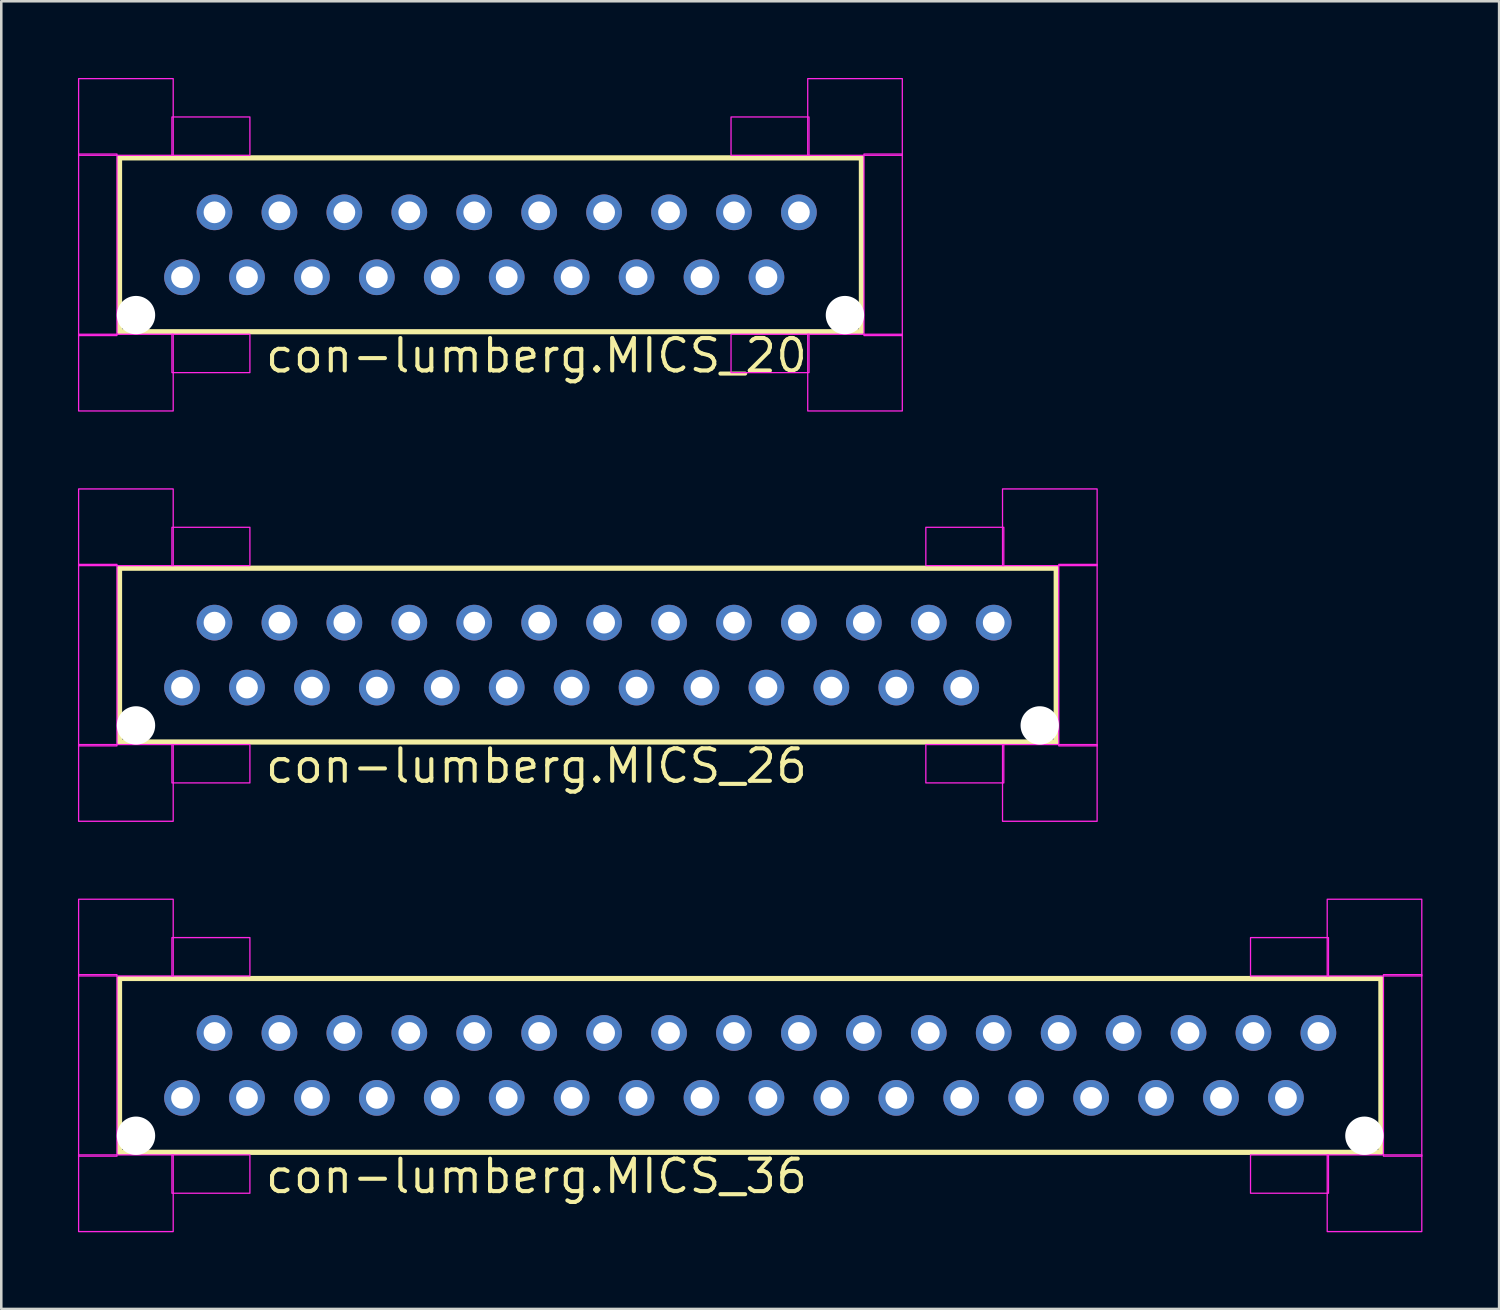
<source format=kicad_pcb>
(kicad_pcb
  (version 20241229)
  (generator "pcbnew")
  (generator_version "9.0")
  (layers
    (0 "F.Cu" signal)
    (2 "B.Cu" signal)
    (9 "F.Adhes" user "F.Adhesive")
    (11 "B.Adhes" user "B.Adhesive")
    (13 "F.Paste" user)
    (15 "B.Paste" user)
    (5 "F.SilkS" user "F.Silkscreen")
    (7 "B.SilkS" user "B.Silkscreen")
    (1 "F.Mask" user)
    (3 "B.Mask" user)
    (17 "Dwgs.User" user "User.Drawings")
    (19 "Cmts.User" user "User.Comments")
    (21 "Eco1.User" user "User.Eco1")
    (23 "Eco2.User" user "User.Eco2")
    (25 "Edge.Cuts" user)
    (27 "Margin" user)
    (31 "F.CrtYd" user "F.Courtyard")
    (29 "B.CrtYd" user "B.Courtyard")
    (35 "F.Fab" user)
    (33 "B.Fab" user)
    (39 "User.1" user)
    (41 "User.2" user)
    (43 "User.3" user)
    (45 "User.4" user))
  (footprint "con-lumberg.MICS_36"
    (layer "F.Cu")
    (at 26.295 38.625)
    (property "Reference" "con-lumberg.MICS_36" (at -19.05 5.08 0) (layer "F.SilkS") (effects (font (size 1.27 1.27) (thickness 0.16)) (justify left bottom)))
    (attr through_hole)
    (fp_line (start -24.67 -3.4) (end 24.67 -3.4) (stroke (width 0.203) (type default)) (layer "F.SilkS"))
    (fp_line (start -24.67 3.4) (end -24.67 -3.4) (stroke (width 0.203) (type default)) (layer "F.SilkS"))
    (fp_line (start 24.67 -3.4) (end 24.67 3.4) (stroke (width 0.203) (type default)) (layer "F.SilkS"))
    (fp_line (start 24.67 3.4) (end -24.67 3.4) (stroke (width 0.203) (type default)) (layer "F.SilkS"))
    (fp_rect (start -26.27 -3.5) (end -22.57 -6.5) (stroke (width 0.05) (type default)) (fill no) (layer "F.CrtYd"))
    (fp_rect (start -26.27 3.55) (end -24.77 -3.55) (stroke (width 0.05) (type default)) (fill no) (layer "F.CrtYd"))
    (fp_rect (start -26.27 6.5) (end -22.57 3.5) (stroke (width 0.05) (type default)) (fill no) (layer "F.CrtYd"))
    (fp_rect (start -22.62 -3.5) (end -19.57 -5) (stroke (width 0.05) (type default)) (fill no) (layer "F.CrtYd"))
    (fp_rect (start -22.62 5) (end -19.57 3.5) (stroke (width 0.05) (type default)) (fill no) (layer "F.CrtYd"))
    (fp_rect (start 19.57 -3.5) (end 22.62 -5) (stroke (width 0.05) (type default)) (fill no) (layer "F.CrtYd"))
    (fp_rect (start 19.57 5) (end 22.62 3.5) (stroke (width 0.05) (type default)) (fill no) (layer "F.CrtYd"))
    (fp_rect (start 22.57 -3.5) (end 26.27 -6.5) (stroke (width 0.05) (type default)) (fill no) (layer "F.CrtYd"))
    (fp_rect (start 22.57 6.5) (end 26.27 3.5) (stroke (width 0.05) (type default)) (fill no) (layer "F.CrtYd"))
    (fp_rect (start 24.77 3.55) (end 26.27 -3.55) (stroke (width 0.05) (type default)) (fill no) (layer "F.CrtYd"))
    (pad "" np_thru_hole circle (at -24.025 2.75) (size 1.5 1.5) (drill 1.5) (layers "*.Cu" "*.Mask"))
    (pad "" np_thru_hole circle (at 24.025 2.75) (size 1.5 1.5) (drill 1.5) (layers "*.Cu" "*.Mask"))
    (pad "1" thru_hole circle (at -22.225 1.27) (size 1.397 1.397) (drill 0.85) (layers "*.Cu" "*.Mask"))
    (pad "2" thru_hole circle (at -20.955 -1.27) (size 1.397 1.397) (drill 0.85) (layers "*.Cu" "*.Mask"))
    (pad "3" thru_hole circle (at -19.685 1.27) (size 1.397 1.397) (drill 0.85) (layers "*.Cu" "*.Mask"))
    (pad "4" thru_hole circle (at -18.415 -1.27) (size 1.397 1.397) (drill 0.85) (layers "*.Cu" "*.Mask"))
    (pad "5" thru_hole circle (at -17.145 1.27) (size 1.397 1.397) (drill 0.85) (layers "*.Cu" "*.Mask"))
    (pad "6" thru_hole circle (at -15.875 -1.27) (size 1.397 1.397) (drill 0.85) (layers "*.Cu" "*.Mask"))
    (pad "7" thru_hole circle (at -14.605 1.27) (size 1.397 1.397) (drill 0.85) (layers "*.Cu" "*.Mask"))
    (pad "8" thru_hole circle (at -13.335 -1.27) (size 1.397 1.397) (drill 0.85) (layers "*.Cu" "*.Mask"))
    (pad "9" thru_hole circle (at -12.065 1.27) (size 1.397 1.397) (drill 0.85) (layers "*.Cu" "*.Mask"))
    (pad "10" thru_hole circle (at -10.795 -1.27) (size 1.397 1.397) (drill 0.85) (layers "*.Cu" "*.Mask"))
    (pad "11" thru_hole circle (at -9.525 1.27) (size 1.397 1.397) (drill 0.85) (layers "*.Cu" "*.Mask"))
    (pad "12" thru_hole circle (at -8.255 -1.27) (size 1.397 1.397) (drill 0.85) (layers "*.Cu" "*.Mask"))
    (pad "13" thru_hole circle (at -6.985 1.27) (size 1.397 1.397) (drill 0.85) (layers "*.Cu" "*.Mask"))
    (pad "14" thru_hole circle (at -5.715 -1.27) (size 1.397 1.397) (drill 0.85) (layers "*.Cu" "*.Mask"))
    (pad "15" thru_hole circle (at -4.445 1.27) (size 1.397 1.397) (drill 0.85) (layers "*.Cu" "*.Mask"))
    (pad "16" thru_hole circle (at -3.175 -1.27) (size 1.397 1.397) (drill 0.85) (layers "*.Cu" "*.Mask"))
    (pad "17" thru_hole circle (at -1.905 1.27) (size 1.397 1.397) (drill 0.85) (layers "*.Cu" "*.Mask"))
    (pad "18" thru_hole circle (at -0.635 -1.27) (size 1.397 1.397) (drill 0.85) (layers "*.Cu" "*.Mask"))
    (pad "19" thru_hole circle (at 0.635 1.27) (size 1.397 1.397) (drill 0.85) (layers "*.Cu" "*.Mask"))
    (pad "20" thru_hole circle (at 1.905 -1.27) (size 1.397 1.397) (drill 0.85) (layers "*.Cu" "*.Mask"))
    (pad "21" thru_hole circle (at 3.175 1.27) (size 1.397 1.397) (drill 0.85) (layers "*.Cu" "*.Mask"))
    (pad "22" thru_hole circle (at 4.445 -1.27) (size 1.397 1.397) (drill 0.85) (layers "*.Cu" "*.Mask"))
    (pad "23" thru_hole circle (at 5.715 1.27) (size 1.397 1.397) (drill 0.85) (layers "*.Cu" "*.Mask"))
    (pad "24" thru_hole circle (at 6.985 -1.27) (size 1.397 1.397) (drill 0.85) (layers "*.Cu" "*.Mask"))
    (pad "25" thru_hole circle (at 8.255 1.27) (size 1.397 1.397) (drill 0.85) (layers "*.Cu" "*.Mask"))
    (pad "26" thru_hole circle (at 9.525 -1.27) (size 1.397 1.397) (drill 0.85) (layers "*.Cu" "*.Mask"))
    (pad "27" thru_hole circle (at 10.795 1.27) (size 1.397 1.397) (drill 0.85) (layers "*.Cu" "*.Mask"))
    (pad "28" thru_hole circle (at 12.065 -1.27) (size 1.397 1.397) (drill 0.85) (layers "*.Cu" "*.Mask"))
    (pad "29" thru_hole circle (at 13.335 1.27) (size 1.397 1.397) (drill 0.85) (layers "*.Cu" "*.Mask"))
    (pad "30" thru_hole circle (at 14.605 -1.27) (size 1.397 1.397) (drill 0.85) (layers "*.Cu" "*.Mask"))
    (pad "31" thru_hole circle (at 15.875 1.27) (size 1.397 1.397) (drill 0.85) (layers "*.Cu" "*.Mask"))
    (pad "32" thru_hole circle (at 17.145 -1.27) (size 1.397 1.397) (drill 0.85) (layers "*.Cu" "*.Mask"))
    (pad "33" thru_hole circle (at 18.415 1.27) (size 1.397 1.397) (drill 0.85) (layers "*.Cu" "*.Mask"))
    (pad "34" thru_hole circle (at 19.685 -1.27) (size 1.397 1.397) (drill 0.85) (layers "*.Cu" "*.Mask"))
    (pad "35" thru_hole circle (at 20.955 1.27) (size 1.397 1.397) (drill 0.85) (layers "*.Cu" "*.Mask"))
    (pad "36" thru_hole circle (at 22.225 -1.27) (size 1.397 1.397) (drill 0.85) (layers "*.Cu" "*.Mask")))
  (footprint "con-lumberg.MICS_26"
    (layer "F.Cu")
    (at 19.945 22.575)
    (property "Reference" "con-lumberg.MICS_26" (at -12.7 5.08 0) (layer "F.SilkS") (effects (font (size 1.27 1.27) (thickness 0.16)) (justify left bottom)))
    (attr through_hole)
    (fp_line (start -18.32 -3.4) (end 18.32 -3.4) (stroke (width 0.203) (type default)) (layer "F.SilkS"))
    (fp_line (start -18.32 3.4) (end -18.32 -3.4) (stroke (width 0.203) (type default)) (layer "F.SilkS"))
    (fp_line (start 18.32 -3.4) (end 18.32 3.4) (stroke (width 0.203) (type default)) (layer "F.SilkS"))
    (fp_line (start 18.32 3.4) (end -18.32 3.4) (stroke (width 0.203) (type default)) (layer "F.SilkS"))
    (fp_rect (start -19.92 -3.5) (end -16.22 -6.5) (stroke (width 0.05) (type default)) (fill no) (layer "F.CrtYd"))
    (fp_rect (start -19.92 3.55) (end -18.42 -3.55) (stroke (width 0.05) (type default)) (fill no) (layer "F.CrtYd"))
    (fp_rect (start -19.92 6.5) (end -16.22 3.5) (stroke (width 0.05) (type default)) (fill no) (layer "F.CrtYd"))
    (fp_rect (start -16.27 -3.5) (end -13.22 -5) (stroke (width 0.05) (type default)) (fill no) (layer "F.CrtYd"))
    (fp_rect (start -16.27 5) (end -13.22 3.5) (stroke (width 0.05) (type default)) (fill no) (layer "F.CrtYd"))
    (fp_rect (start 13.22 -3.5) (end 16.27 -5) (stroke (width 0.05) (type default)) (fill no) (layer "F.CrtYd"))
    (fp_rect (start 13.22 5) (end 16.27 3.5) (stroke (width 0.05) (type default)) (fill no) (layer "F.CrtYd"))
    (fp_rect (start 16.22 -3.5) (end 19.92 -6.5) (stroke (width 0.05) (type default)) (fill no) (layer "F.CrtYd"))
    (fp_rect (start 16.22 6.5) (end 19.92 3.5) (stroke (width 0.05) (type default)) (fill no) (layer "F.CrtYd"))
    (fp_rect (start 18.42 3.55) (end 19.92 -3.55) (stroke (width 0.05) (type default)) (fill no) (layer "F.CrtYd"))
    (pad "" np_thru_hole circle (at -17.675 2.75) (size 1.5 1.5) (drill 1.5) (layers "*.Cu" "*.Mask"))
    (pad "" np_thru_hole circle (at 17.675 2.75) (size 1.5 1.5) (drill 1.5) (layers "*.Cu" "*.Mask"))
    (pad "1" thru_hole circle (at -15.875 1.27) (size 1.397 1.397) (drill 0.85) (layers "*.Cu" "*.Mask"))
    (pad "2" thru_hole circle (at -14.605 -1.27) (size 1.397 1.397) (drill 0.85) (layers "*.Cu" "*.Mask"))
    (pad "3" thru_hole circle (at -13.335 1.27) (size 1.397 1.397) (drill 0.85) (layers "*.Cu" "*.Mask"))
    (pad "4" thru_hole circle (at -12.065 -1.27) (size 1.397 1.397) (drill 0.85) (layers "*.Cu" "*.Mask"))
    (pad "5" thru_hole circle (at -10.795 1.27) (size 1.397 1.397) (drill 0.85) (layers "*.Cu" "*.Mask"))
    (pad "6" thru_hole circle (at -9.525 -1.27) (size 1.397 1.397) (drill 0.85) (layers "*.Cu" "*.Mask"))
    (pad "7" thru_hole circle (at -8.255 1.27) (size 1.397 1.397) (drill 0.85) (layers "*.Cu" "*.Mask"))
    (pad "8" thru_hole circle (at -6.985 -1.27) (size 1.397 1.397) (drill 0.85) (layers "*.Cu" "*.Mask"))
    (pad "9" thru_hole circle (at -5.715 1.27) (size 1.397 1.397) (drill 0.85) (layers "*.Cu" "*.Mask"))
    (pad "10" thru_hole circle (at -4.445 -1.27) (size 1.397 1.397) (drill 0.85) (layers "*.Cu" "*.Mask"))
    (pad "11" thru_hole circle (at -3.175 1.27) (size 1.397 1.397) (drill 0.85) (layers "*.Cu" "*.Mask"))
    (pad "12" thru_hole circle (at -1.905 -1.27) (size 1.397 1.397) (drill 0.85) (layers "*.Cu" "*.Mask"))
    (pad "13" thru_hole circle (at -0.635 1.27) (size 1.397 1.397) (drill 0.85) (layers "*.Cu" "*.Mask"))
    (pad "14" thru_hole circle (at 0.635 -1.27) (size 1.397 1.397) (drill 0.85) (layers "*.Cu" "*.Mask"))
    (pad "15" thru_hole circle (at 1.905 1.27) (size 1.397 1.397) (drill 0.85) (layers "*.Cu" "*.Mask"))
    (pad "16" thru_hole circle (at 3.175 -1.27) (size 1.397 1.397) (drill 0.85) (layers "*.Cu" "*.Mask"))
    (pad "17" thru_hole circle (at 4.445 1.27) (size 1.397 1.397) (drill 0.85) (layers "*.Cu" "*.Mask"))
    (pad "18" thru_hole circle (at 5.715 -1.27) (size 1.397 1.397) (drill 0.85) (layers "*.Cu" "*.Mask"))
    (pad "19" thru_hole circle (at 6.985 1.27) (size 1.397 1.397) (drill 0.85) (layers "*.Cu" "*.Mask"))
    (pad "20" thru_hole circle (at 8.255 -1.27) (size 1.397 1.397) (drill 0.85) (layers "*.Cu" "*.Mask"))
    (pad "21" thru_hole circle (at 9.525 1.27) (size 1.397 1.397) (drill 0.85) (layers "*.Cu" "*.Mask"))
    (pad "22" thru_hole circle (at 10.795 -1.27) (size 1.397 1.397) (drill 0.85) (layers "*.Cu" "*.Mask"))
    (pad "23" thru_hole circle (at 12.065 1.27) (size 1.397 1.397) (drill 0.85) (layers "*.Cu" "*.Mask"))
    (pad "24" thru_hole circle (at 13.335 -1.27) (size 1.397 1.397) (drill 0.85) (layers "*.Cu" "*.Mask"))
    (pad "25" thru_hole circle (at 14.605 1.27) (size 1.397 1.397) (drill 0.85) (layers "*.Cu" "*.Mask"))
    (pad "26" thru_hole circle (at 15.875 -1.27) (size 1.397 1.397) (drill 0.85) (layers "*.Cu" "*.Mask")))
  (footprint "con-lumberg.MICS_20"
    (layer "F.Cu")
    (at 16.135 6.525)
    (property "Reference" "con-lumberg.MICS_20" (at -8.89 5.08 0) (layer "F.SilkS") (effects (font (size 1.27 1.27) (thickness 0.16)) (justify left bottom)))
    (attr through_hole)
    (fp_line (start -14.51 -3.4) (end 14.51 -3.4) (stroke (width 0.203) (type default)) (layer "F.SilkS"))
    (fp_line (start -14.51 3.4) (end -14.51 -3.4) (stroke (width 0.203) (type default)) (layer "F.SilkS"))
    (fp_line (start 14.51 -3.4) (end 14.51 3.4) (stroke (width 0.203) (type default)) (layer "F.SilkS"))
    (fp_line (start 14.51 3.4) (end -14.51 3.4) (stroke (width 0.203) (type default)) (layer "F.SilkS"))
    (fp_rect (start -16.11 -3.5) (end -12.41 -6.5) (stroke (width 0.05) (type default)) (fill no) (layer "F.CrtYd"))
    (fp_rect (start -16.11 3.55) (end -14.61 -3.55) (stroke (width 0.05) (type default)) (fill no) (layer "F.CrtYd"))
    (fp_rect (start -16.11 6.5) (end -12.41 3.5) (stroke (width 0.05) (type default)) (fill no) (layer "F.CrtYd"))
    (fp_rect (start -12.46 -3.5) (end -9.41 -5) (stroke (width 0.05) (type default)) (fill no) (layer "F.CrtYd"))
    (fp_rect (start -12.46 5) (end -9.41 3.5) (stroke (width 0.05) (type default)) (fill no) (layer "F.CrtYd"))
    (fp_rect (start 9.41 -3.5) (end 12.46 -5) (stroke (width 0.05) (type default)) (fill no) (layer "F.CrtYd"))
    (fp_rect (start 9.41 5) (end 12.46 3.5) (stroke (width 0.05) (type default)) (fill no) (layer "F.CrtYd"))
    (fp_rect (start 12.41 -3.5) (end 16.11 -6.5) (stroke (width 0.05) (type default)) (fill no) (layer "F.CrtYd"))
    (fp_rect (start 12.41 6.5) (end 16.11 3.5) (stroke (width 0.05) (type default)) (fill no) (layer "F.CrtYd"))
    (fp_rect (start 14.61 3.55) (end 16.11 -3.55) (stroke (width 0.05) (type default)) (fill no) (layer "F.CrtYd"))
    (pad "" np_thru_hole circle (at -13.865 2.75) (size 1.5 1.5) (drill 1.5) (layers "*.Cu" "*.Mask"))
    (pad "" np_thru_hole circle (at 13.865 2.75) (size 1.5 1.5) (drill 1.5) (layers "*.Cu" "*.Mask"))
    (pad "1" thru_hole circle (at -12.065 1.27) (size 1.397 1.397) (drill 0.85) (layers "*.Cu" "*.Mask"))
    (pad "2" thru_hole circle (at -10.795 -1.27) (size 1.397 1.397) (drill 0.85) (layers "*.Cu" "*.Mask"))
    (pad "3" thru_hole circle (at -9.525 1.27) (size 1.397 1.397) (drill 0.85) (layers "*.Cu" "*.Mask"))
    (pad "4" thru_hole circle (at -8.255 -1.27) (size 1.397 1.397) (drill 0.85) (layers "*.Cu" "*.Mask"))
    (pad "5" thru_hole circle (at -6.985 1.27) (size 1.397 1.397) (drill 0.85) (layers "*.Cu" "*.Mask"))
    (pad "6" thru_hole circle (at -5.715 -1.27) (size 1.397 1.397) (drill 0.85) (layers "*.Cu" "*.Mask"))
    (pad "7" thru_hole circle (at -4.445 1.27) (size 1.397 1.397) (drill 0.85) (layers "*.Cu" "*.Mask"))
    (pad "8" thru_hole circle (at -3.175 -1.27) (size 1.397 1.397) (drill 0.85) (layers "*.Cu" "*.Mask"))
    (pad "9" thru_hole circle (at -1.905 1.27) (size 1.397 1.397) (drill 0.85) (layers "*.Cu" "*.Mask"))
    (pad "10" thru_hole circle (at -0.635 -1.27) (size 1.397 1.397) (drill 0.85) (layers "*.Cu" "*.Mask"))
    (pad "11" thru_hole circle (at 0.635 1.27) (size 1.397 1.397) (drill 0.85) (layers "*.Cu" "*.Mask"))
    (pad "12" thru_hole circle (at 1.905 -1.27) (size 1.397 1.397) (drill 0.85) (layers "*.Cu" "*.Mask"))
    (pad "13" thru_hole circle (at 3.175 1.27) (size 1.397 1.397) (drill 0.85) (layers "*.Cu" "*.Mask"))
    (pad "14" thru_hole circle (at 4.445 -1.27) (size 1.397 1.397) (drill 0.85) (layers "*.Cu" "*.Mask"))
    (pad "15" thru_hole circle (at 5.715 1.27) (size 1.397 1.397) (drill 0.85) (layers "*.Cu" "*.Mask"))
    (pad "16" thru_hole circle (at 6.985 -1.27) (size 1.397 1.397) (drill 0.85) (layers "*.Cu" "*.Mask"))
    (pad "17" thru_hole circle (at 8.255 1.27) (size 1.397 1.397) (drill 0.85) (layers "*.Cu" "*.Mask"))
    (pad "18" thru_hole circle (at 9.525 -1.27) (size 1.397 1.397) (drill 0.85) (layers "*.Cu" "*.Mask"))
    (pad "19" thru_hole circle (at 10.795 1.27) (size 1.397 1.397) (drill 0.85) (layers "*.Cu" "*.Mask"))
    (pad "20" thru_hole circle (at 12.065 -1.27) (size 1.397 1.397) (drill 0.85) (layers "*.Cu" "*.Mask")))
  (gr_rect
    (start -3 -3)
    (end 55.59 48.15)
    (stroke (width 0.1) (type default))
    (fill no)
    (layer "Edge.Cuts")))
</source>
